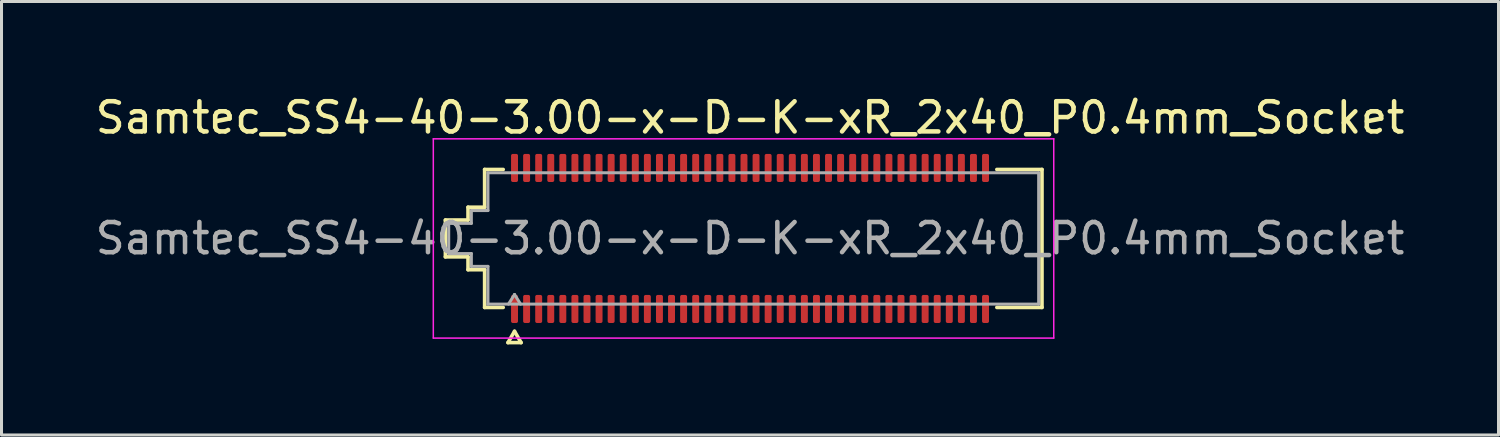
<source format=kicad_pcb>
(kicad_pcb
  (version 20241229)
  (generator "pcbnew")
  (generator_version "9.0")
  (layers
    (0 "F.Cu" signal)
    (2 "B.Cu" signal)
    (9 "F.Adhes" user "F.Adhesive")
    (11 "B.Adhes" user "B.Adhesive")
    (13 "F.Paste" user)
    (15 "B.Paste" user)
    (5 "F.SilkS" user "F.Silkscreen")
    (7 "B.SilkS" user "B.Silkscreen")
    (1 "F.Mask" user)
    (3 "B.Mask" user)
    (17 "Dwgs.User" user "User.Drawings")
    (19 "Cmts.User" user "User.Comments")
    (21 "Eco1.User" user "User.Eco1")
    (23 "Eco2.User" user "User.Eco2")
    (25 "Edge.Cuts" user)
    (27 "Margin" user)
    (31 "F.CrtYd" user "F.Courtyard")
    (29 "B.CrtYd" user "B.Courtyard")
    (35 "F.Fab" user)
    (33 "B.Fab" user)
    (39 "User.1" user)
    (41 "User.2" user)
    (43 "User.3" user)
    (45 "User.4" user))
  (footprint "Samtec_SS4-40-3.00-x-D-K-xR_2x40_P0.4mm_Socket"
    (layer "F.Cu")
    (at 21.792 4.848)
    (property "Reference" "Samtec_SS4-40-3.00-x-D-K-xR_2x40_P0.4mm_Socket" (at 0 -4 0) (layer "F.SilkS") (effects (font (size 1 1) (thickness 0.15))))
    (attr smd)
    (fp_line (start -10.09 -0.61) (end -9.34 -0.61) (stroke (width 0.12) (type solid)) (layer "F.SilkS"))
    (fp_line (start -10.09 0.61) (end -10.09 -0.61) (stroke (width 0.12) (type solid)) (layer "F.SilkS"))
    (fp_line (start -9.34 -1.035) (end -8.79 -1.035) (stroke (width 0.12) (type solid)) (layer "F.SilkS"))
    (fp_line (start -9.34 -0.61) (end -9.34 -1.035) (stroke (width 0.12) (type solid)) (layer "F.SilkS"))
    (fp_line (start -9.34 0.61) (end -10.09 0.61) (stroke (width 0.12) (type solid)) (layer "F.SilkS"))
    (fp_line (start -9.34 1.035) (end -9.34 0.61) (stroke (width 0.12) (type solid)) (layer "F.SilkS"))
    (fp_line (start -8.79 -2.285) (end -8.175 -2.285) (stroke (width 0.12) (type solid)) (layer "F.SilkS"))
    (fp_line (start -8.79 -1.035) (end -8.79 -2.285) (stroke (width 0.12) (type solid)) (layer "F.SilkS"))
    (fp_line (start -8.79 1.035) (end -9.34 1.035) (stroke (width 0.12) (type solid)) (layer "F.SilkS"))
    (fp_line (start -8.79 2.285) (end -8.79 1.035) (stroke (width 0.12) (type solid)) (layer "F.SilkS"))
    (fp_line (start -8.175 2.285) (end -8.79 2.285) (stroke (width 0.12) (type solid)) (layer "F.SilkS"))
    (fp_line (start -8.017 3.45) (end -7.8 3.075) (stroke (width 0.12) (type solid)) (layer "F.SilkS"))
    (fp_line (start -7.8 3.075) (end -7.583 3.45) (stroke (width 0.12) (type solid)) (layer "F.SilkS"))
    (fp_line (start -7.583 3.45) (end -8.017 3.45) (stroke (width 0.12) (type solid)) (layer "F.SilkS"))
    (fp_line (start 8.175 -2.285) (end 9.67 -2.285) (stroke (width 0.12) (type solid)) (layer "F.SilkS"))
    (fp_line (start 9.67 -2.285) (end 9.67 2.285) (stroke (width 0.12) (type solid)) (layer "F.SilkS"))
    (fp_line (start 9.67 2.285) (end 8.175 2.285) (stroke (width 0.12) (type solid)) (layer "F.SilkS"))
    (fp_line (start -10.49 -3.3) (end -10.49 3.3) (stroke (width 0.05) (type solid)) (layer "F.CrtYd"))
    (fp_line (start -10.49 3.3) (end 10.06 3.3) (stroke (width 0.05) (type solid)) (layer "F.CrtYd"))
    (fp_line (start 10.06 -3.3) (end -10.49 -3.3) (stroke (width 0.05) (type solid)) (layer "F.CrtYd"))
    (fp_line (start 10.06 3.3) (end 10.06 -3.3) (stroke (width 0.05) (type solid)) (layer "F.CrtYd"))
    (fp_line (start -9.98 -0.5) (end -9.23 -0.5) (stroke (width 0.1) (type solid)) (layer "F.Fab"))
    (fp_line (start -9.98 0.5) (end -9.98 -0.5) (stroke (width 0.1) (type solid)) (layer "F.Fab"))
    (fp_line (start -9.23 -0.925) (end -8.68 -0.925) (stroke (width 0.1) (type solid)) (layer "F.Fab"))
    (fp_line (start -9.23 -0.5) (end -9.23 -0.925) (stroke (width 0.1) (type solid)) (layer "F.Fab"))
    (fp_line (start -9.23 0.5) (end -9.98 0.5) (stroke (width 0.1) (type solid)) (layer "F.Fab"))
    (fp_line (start -9.23 0.925) (end -9.23 0.5) (stroke (width 0.1) (type solid)) (layer "F.Fab"))
    (fp_line (start -8.68 -2.175) (end 9.56 -2.175) (stroke (width 0.1) (type solid)) (layer "F.Fab"))
    (fp_line (start -8.68 -0.925) (end -8.68 -2.175) (stroke (width 0.1) (type solid)) (layer "F.Fab"))
    (fp_line (start -8.68 0.925) (end -9.23 0.925) (stroke (width 0.1) (type solid)) (layer "F.Fab"))
    (fp_line (start -8.68 2.175) (end -8.68 0.925) (stroke (width 0.1) (type solid)) (layer "F.Fab"))
    (fp_line (start -8 2.175) (end -7.8 1.855) (stroke (width 0.1) (type solid)) (layer "F.Fab"))
    (fp_line (start -7.8 1.855) (end -7.6 2.175) (stroke (width 0.1) (type solid)) (layer "F.Fab"))
    (fp_line (start 9.56 -2.175) (end 9.56 2.175) (stroke (width 0.1) (type solid)) (layer "F.Fab"))
    (fp_line (start 9.56 2.175) (end -8.68 2.175) (stroke (width 0.1) (type solid)) (layer "F.Fab"))
    (fp_text user "${REFERENCE}" (at 0 0 0) (layer "F.Fab") (effects (font (size 1 1) (thickness 0.15))))
    (pad "1" smd roundrect (at -7.8 2.335) (size 0.23 0.93) (layers "F.Cu" "F.Mask" "F.Paste") (roundrect_rratio 0.25))
    (pad "2" smd roundrect (at -7.8 -2.335) (size 0.23 0.93) (layers "F.Cu" "F.Mask" "F.Paste") (roundrect_rratio 0.25))
    (pad "3" smd roundrect (at -7.4 2.335) (size 0.23 0.93) (layers "F.Cu" "F.Mask" "F.Paste") (roundrect_rratio 0.25))
    (pad "4" smd roundrect (at -7.4 -2.335) (size 0.23 0.93) (layers "F.Cu" "F.Mask" "F.Paste") (roundrect_rratio 0.25))
    (pad "5" smd roundrect (at -7 2.335) (size 0.23 0.93) (layers "F.Cu" "F.Mask" "F.Paste") (roundrect_rratio 0.25))
    (pad "6" smd roundrect (at -7 -2.335) (size 0.23 0.93) (layers "F.Cu" "F.Mask" "F.Paste") (roundrect_rratio 0.25))
    (pad "7" smd roundrect (at -6.6 2.335) (size 0.23 0.93) (layers "F.Cu" "F.Mask" "F.Paste") (roundrect_rratio 0.25))
    (pad "8" smd roundrect (at -6.6 -2.335) (size 0.23 0.93) (layers "F.Cu" "F.Mask" "F.Paste") (roundrect_rratio 0.25))
    (pad "9" smd roundrect (at -6.2 2.335) (size 0.23 0.93) (layers "F.Cu" "F.Mask" "F.Paste") (roundrect_rratio 0.25))
    (pad "10" smd roundrect (at -6.2 -2.335) (size 0.23 0.93) (layers "F.Cu" "F.Mask" "F.Paste") (roundrect_rratio 0.25))
    (pad "11" smd roundrect (at -5.8 2.335) (size 0.23 0.93) (layers "F.Cu" "F.Mask" "F.Paste") (roundrect_rratio 0.25))
    (pad "12" smd roundrect (at -5.8 -2.335) (size 0.23 0.93) (layers "F.Cu" "F.Mask" "F.Paste") (roundrect_rratio 0.25))
    (pad "13" smd roundrect (at -5.4 2.335) (size 0.23 0.93) (layers "F.Cu" "F.Mask" "F.Paste") (roundrect_rratio 0.25))
    (pad "14" smd roundrect (at -5.4 -2.335) (size 0.23 0.93) (layers "F.Cu" "F.Mask" "F.Paste") (roundrect_rratio 0.25))
    (pad "15" smd roundrect (at -5 2.335) (size 0.23 0.93) (layers "F.Cu" "F.Mask" "F.Paste") (roundrect_rratio 0.25))
    (pad "16" smd roundrect (at -5 -2.335) (size 0.23 0.93) (layers "F.Cu" "F.Mask" "F.Paste") (roundrect_rratio 0.25))
    (pad "17" smd roundrect (at -4.6 2.335) (size 0.23 0.93) (layers "F.Cu" "F.Mask" "F.Paste") (roundrect_rratio 0.25))
    (pad "18" smd roundrect (at -4.6 -2.335) (size 0.23 0.93) (layers "F.Cu" "F.Mask" "F.Paste") (roundrect_rratio 0.25))
    (pad "19" smd roundrect (at -4.2 2.335) (size 0.23 0.93) (layers "F.Cu" "F.Mask" "F.Paste") (roundrect_rratio 0.25))
    (pad "20" smd roundrect (at -4.2 -2.335) (size 0.23 0.93) (layers "F.Cu" "F.Mask" "F.Paste") (roundrect_rratio 0.25))
    (pad "21" smd roundrect (at -3.8 2.335) (size 0.23 0.93) (layers "F.Cu" "F.Mask" "F.Paste") (roundrect_rratio 0.25))
    (pad "22" smd roundrect (at -3.8 -2.335) (size 0.23 0.93) (layers "F.Cu" "F.Mask" "F.Paste") (roundrect_rratio 0.25))
    (pad "23" smd roundrect (at -3.4 2.335) (size 0.23 0.93) (layers "F.Cu" "F.Mask" "F.Paste") (roundrect_rratio 0.25))
    (pad "24" smd roundrect (at -3.4 -2.335) (size 0.23 0.93) (layers "F.Cu" "F.Mask" "F.Paste") (roundrect_rratio 0.25))
    (pad "25" smd roundrect (at -3 2.335) (size 0.23 0.93) (layers "F.Cu" "F.Mask" "F.Paste") (roundrect_rratio 0.25))
    (pad "26" smd roundrect (at -3 -2.335) (size 0.23 0.93) (layers "F.Cu" "F.Mask" "F.Paste") (roundrect_rratio 0.25))
    (pad "27" smd roundrect (at -2.6 2.335) (size 0.23 0.93) (layers "F.Cu" "F.Mask" "F.Paste") (roundrect_rratio 0.25))
    (pad "28" smd roundrect (at -2.6 -2.335) (size 0.23 0.93) (layers "F.Cu" "F.Mask" "F.Paste") (roundrect_rratio 0.25))
    (pad "29" smd roundrect (at -2.2 2.335) (size 0.23 0.93) (layers "F.Cu" "F.Mask" "F.Paste") (roundrect_rratio 0.25))
    (pad "30" smd roundrect (at -2.2 -2.335) (size 0.23 0.93) (layers "F.Cu" "F.Mask" "F.Paste") (roundrect_rratio 0.25))
    (pad "31" smd roundrect (at -1.8 2.335) (size 0.23 0.93) (layers "F.Cu" "F.Mask" "F.Paste") (roundrect_rratio 0.25))
    (pad "32" smd roundrect (at -1.8 -2.335) (size 0.23 0.93) (layers "F.Cu" "F.Mask" "F.Paste") (roundrect_rratio 0.25))
    (pad "33" smd roundrect (at -1.4 2.335) (size 0.23 0.93) (layers "F.Cu" "F.Mask" "F.Paste") (roundrect_rratio 0.25))
    (pad "34" smd roundrect (at -1.4 -2.335) (size 0.23 0.93) (layers "F.Cu" "F.Mask" "F.Paste") (roundrect_rratio 0.25))
    (pad "35" smd roundrect (at -1 2.335) (size 0.23 0.93) (layers "F.Cu" "F.Mask" "F.Paste") (roundrect_rratio 0.25))
    (pad "36" smd roundrect (at -1 -2.335) (size 0.23 0.93) (layers "F.Cu" "F.Mask" "F.Paste") (roundrect_rratio 0.25))
    (pad "37" smd roundrect (at -0.6 2.335) (size 0.23 0.93) (layers "F.Cu" "F.Mask" "F.Paste") (roundrect_rratio 0.25))
    (pad "38" smd roundrect (at -0.6 -2.335) (size 0.23 0.93) (layers "F.Cu" "F.Mask" "F.Paste") (roundrect_rratio 0.25))
    (pad "39" smd roundrect (at -0.2 2.335) (size 0.23 0.93) (layers "F.Cu" "F.Mask" "F.Paste") (roundrect_rratio 0.25))
    (pad "40" smd roundrect (at -0.2 -2.335) (size 0.23 0.93) (layers "F.Cu" "F.Mask" "F.Paste") (roundrect_rratio 0.25))
    (pad "41" smd roundrect (at 0.2 2.335) (size 0.23 0.93) (layers "F.Cu" "F.Mask" "F.Paste") (roundrect_rratio 0.25))
    (pad "42" smd roundrect (at 0.2 -2.335) (size 0.23 0.93) (layers "F.Cu" "F.Mask" "F.Paste") (roundrect_rratio 0.25))
    (pad "43" smd roundrect (at 0.6 2.335) (size 0.23 0.93) (layers "F.Cu" "F.Mask" "F.Paste") (roundrect_rratio 0.25))
    (pad "44" smd roundrect (at 0.6 -2.335) (size 0.23 0.93) (layers "F.Cu" "F.Mask" "F.Paste") (roundrect_rratio 0.25))
    (pad "45" smd roundrect (at 1 2.335) (size 0.23 0.93) (layers "F.Cu" "F.Mask" "F.Paste") (roundrect_rratio 0.25))
    (pad "46" smd roundrect (at 1 -2.335) (size 0.23 0.93) (layers "F.Cu" "F.Mask" "F.Paste") (roundrect_rratio 0.25))
    (pad "47" smd roundrect (at 1.4 2.335) (size 0.23 0.93) (layers "F.Cu" "F.Mask" "F.Paste") (roundrect_rratio 0.25))
    (pad "48" smd roundrect (at 1.4 -2.335) (size 0.23 0.93) (layers "F.Cu" "F.Mask" "F.Paste") (roundrect_rratio 0.25))
    (pad "49" smd roundrect (at 1.8 2.335) (size 0.23 0.93) (layers "F.Cu" "F.Mask" "F.Paste") (roundrect_rratio 0.25))
    (pad "50" smd roundrect (at 1.8 -2.335) (size 0.23 0.93) (layers "F.Cu" "F.Mask" "F.Paste") (roundrect_rratio 0.25))
    (pad "51" smd roundrect (at 2.2 2.335) (size 0.23 0.93) (layers "F.Cu" "F.Mask" "F.Paste") (roundrect_rratio 0.25))
    (pad "52" smd roundrect (at 2.2 -2.335) (size 0.23 0.93) (layers "F.Cu" "F.Mask" "F.Paste") (roundrect_rratio 0.25))
    (pad "53" smd roundrect (at 2.6 2.335) (size 0.23 0.93) (layers "F.Cu" "F.Mask" "F.Paste") (roundrect_rratio 0.25))
    (pad "54" smd roundrect (at 2.6 -2.335) (size 0.23 0.93) (layers "F.Cu" "F.Mask" "F.Paste") (roundrect_rratio 0.25))
    (pad "55" smd roundrect (at 3 2.335) (size 0.23 0.93) (layers "F.Cu" "F.Mask" "F.Paste") (roundrect_rratio 0.25))
    (pad "56" smd roundrect (at 3 -2.335) (size 0.23 0.93) (layers "F.Cu" "F.Mask" "F.Paste") (roundrect_rratio 0.25))
    (pad "57" smd roundrect (at 3.4 2.335) (size 0.23 0.93) (layers "F.Cu" "F.Mask" "F.Paste") (roundrect_rratio 0.25))
    (pad "58" smd roundrect (at 3.4 -2.335) (size 0.23 0.93) (layers "F.Cu" "F.Mask" "F.Paste") (roundrect_rratio 0.25))
    (pad "59" smd roundrect (at 3.8 2.335) (size 0.23 0.93) (layers "F.Cu" "F.Mask" "F.Paste") (roundrect_rratio 0.25))
    (pad "60" smd roundrect (at 3.8 -2.335) (size 0.23 0.93) (layers "F.Cu" "F.Mask" "F.Paste") (roundrect_rratio 0.25))
    (pad "61" smd roundrect (at 4.2 2.335) (size 0.23 0.93) (layers "F.Cu" "F.Mask" "F.Paste") (roundrect_rratio 0.25))
    (pad "62" smd roundrect (at 4.2 -2.335) (size 0.23 0.93) (layers "F.Cu" "F.Mask" "F.Paste") (roundrect_rratio 0.25))
    (pad "63" smd roundrect (at 4.6 2.335) (size 0.23 0.93) (layers "F.Cu" "F.Mask" "F.Paste") (roundrect_rratio 0.25))
    (pad "64" smd roundrect (at 4.6 -2.335) (size 0.23 0.93) (layers "F.Cu" "F.Mask" "F.Paste") (roundrect_rratio 0.25))
    (pad "65" smd roundrect (at 5 2.335) (size 0.23 0.93) (layers "F.Cu" "F.Mask" "F.Paste") (roundrect_rratio 0.25))
    (pad "66" smd roundrect (at 5 -2.335) (size 0.23 0.93) (layers "F.Cu" "F.Mask" "F.Paste") (roundrect_rratio 0.25))
    (pad "67" smd roundrect (at 5.4 2.335) (size 0.23 0.93) (layers "F.Cu" "F.Mask" "F.Paste") (roundrect_rratio 0.25))
    (pad "68" smd roundrect (at 5.4 -2.335) (size 0.23 0.93) (layers "F.Cu" "F.Mask" "F.Paste") (roundrect_rratio 0.25))
    (pad "69" smd roundrect (at 5.8 2.335) (size 0.23 0.93) (layers "F.Cu" "F.Mask" "F.Paste") (roundrect_rratio 0.25))
    (pad "70" smd roundrect (at 5.8 -2.335) (size 0.23 0.93) (layers "F.Cu" "F.Mask" "F.Paste") (roundrect_rratio 0.25))
    (pad "71" smd roundrect (at 6.2 2.335) (size 0.23 0.93) (layers "F.Cu" "F.Mask" "F.Paste") (roundrect_rratio 0.25))
    (pad "72" smd roundrect (at 6.2 -2.335) (size 0.23 0.93) (layers "F.Cu" "F.Mask" "F.Paste") (roundrect_rratio 0.25))
    (pad "73" smd roundrect (at 6.6 2.335) (size 0.23 0.93) (layers "F.Cu" "F.Mask" "F.Paste") (roundrect_rratio 0.25))
    (pad "74" smd roundrect (at 6.6 -2.335) (size 0.23 0.93) (layers "F.Cu" "F.Mask" "F.Paste") (roundrect_rratio 0.25))
    (pad "75" smd roundrect (at 7 2.335) (size 0.23 0.93) (layers "F.Cu" "F.Mask" "F.Paste") (roundrect_rratio 0.25))
    (pad "76" smd roundrect (at 7 -2.335) (size 0.23 0.93) (layers "F.Cu" "F.Mask" "F.Paste") (roundrect_rratio 0.25))
    (pad "77" smd roundrect (at 7.4 2.335) (size 0.23 0.93) (layers "F.Cu" "F.Mask" "F.Paste") (roundrect_rratio 0.25))
    (pad "78" smd roundrect (at 7.4 -2.335) (size 0.23 0.93) (layers "F.Cu" "F.Mask" "F.Paste") (roundrect_rratio 0.25))
    (pad "79" smd roundrect (at 7.8 2.335) (size 0.23 0.93) (layers "F.Cu" "F.Mask" "F.Paste") (roundrect_rratio 0.25))
    (pad "80" smd roundrect (at 7.8 -2.335) (size 0.23 0.93) (layers "F.Cu" "F.Mask" "F.Paste") (roundrect_rratio 0.25))
    (zone (net_name "") (layer "F.Cu") (name "Via keepout") (hatch edge 0.5) (connect_pads) (min_thickness 0.25) (filled_areas_thickness no) (keepout (tracks not_allowed) (vias not_allowed) (pads allowed) (copperpour not_allowed) (footprints allowed)) (placement (enabled no)) (fill) (polygon (pts (xy 13.877 2.978) (xy 29.707 2.978) (xy 29.707 6.718) (xy 13.877 6.718)))))
  (gr_rect
    (start -3 -3)
    (end 46.583 11.358)
    (stroke (width 0.1) (type default))
    (fill no)
    (layer "Edge.Cuts")))
</source>
